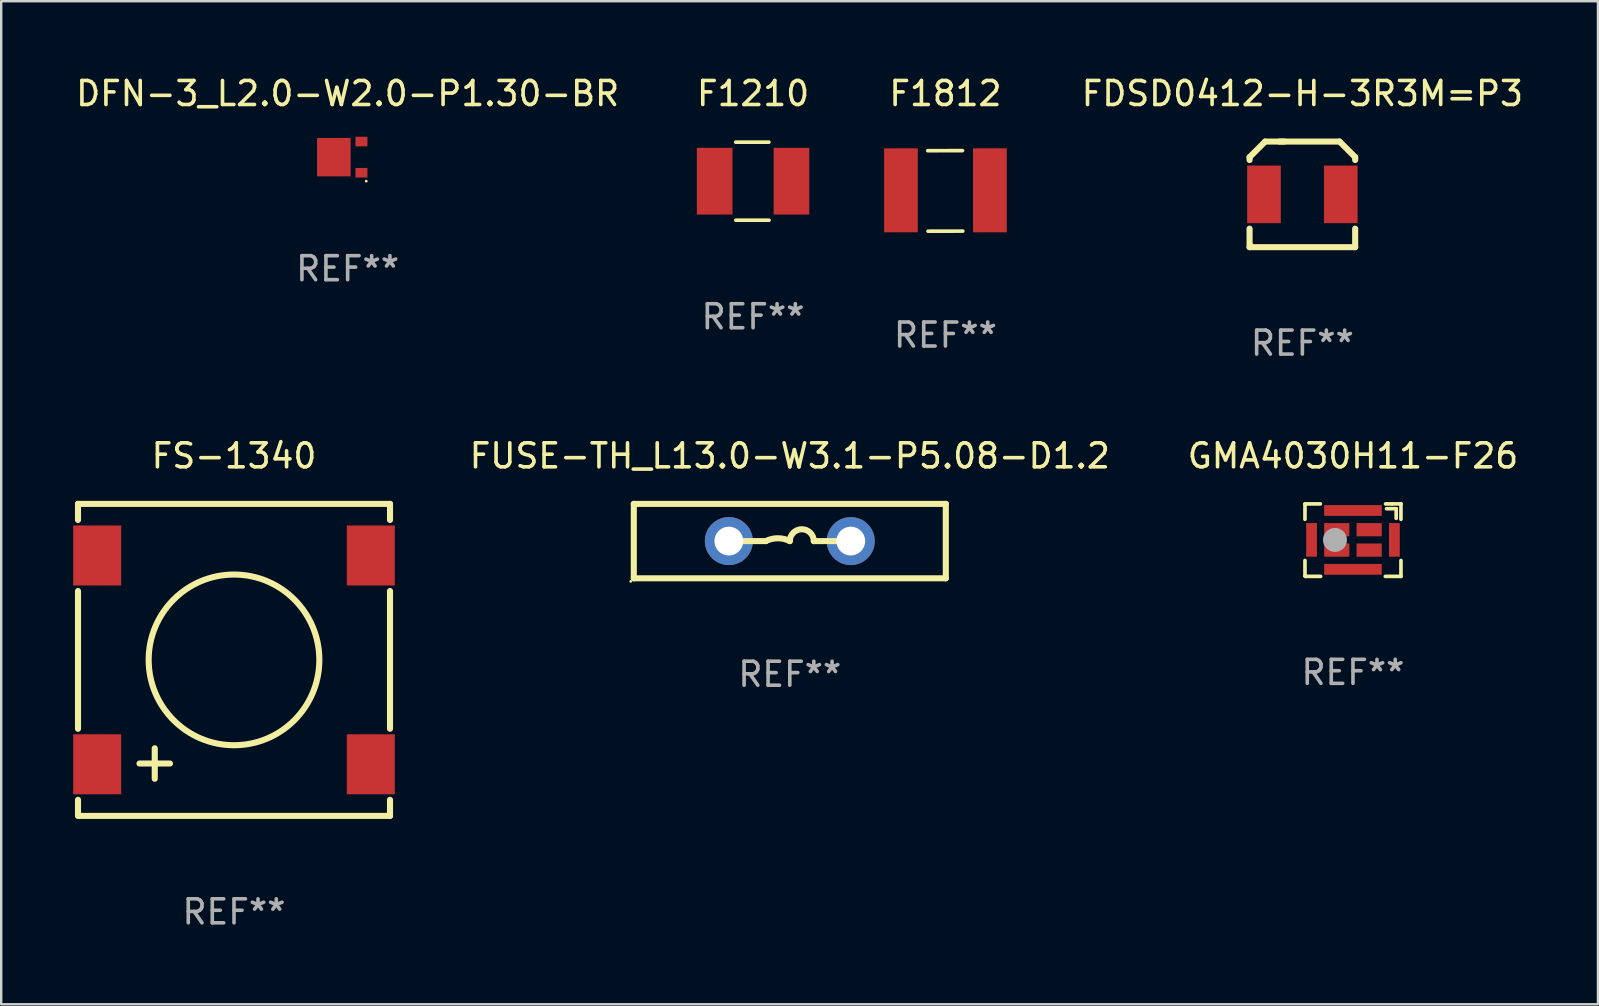
<source format=kicad_pcb>
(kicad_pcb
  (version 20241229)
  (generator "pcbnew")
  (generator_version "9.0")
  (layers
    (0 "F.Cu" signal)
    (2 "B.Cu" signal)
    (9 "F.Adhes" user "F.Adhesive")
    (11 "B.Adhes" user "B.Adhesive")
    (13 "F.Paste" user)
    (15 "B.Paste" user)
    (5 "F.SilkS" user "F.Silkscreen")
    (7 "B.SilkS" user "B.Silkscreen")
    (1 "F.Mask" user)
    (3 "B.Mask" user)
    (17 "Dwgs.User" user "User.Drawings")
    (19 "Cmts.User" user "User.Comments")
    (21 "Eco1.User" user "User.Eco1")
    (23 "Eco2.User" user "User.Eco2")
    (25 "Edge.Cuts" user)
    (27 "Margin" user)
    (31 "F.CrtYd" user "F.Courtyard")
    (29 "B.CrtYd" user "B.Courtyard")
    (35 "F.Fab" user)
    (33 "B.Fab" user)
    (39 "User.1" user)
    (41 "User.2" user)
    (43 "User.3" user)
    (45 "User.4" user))
  (footprint "DFN-3_L2.0-W2.0-P1.30-BR"
    (layer "F.Cu")
    (at 11.435 3.498)
    (property "Reference" "DFN-3_L2.0-W2.0-P1.30-BR" (at 0 -2.65 0) (layer "F.SilkS") (effects (font (size 1 1) (thickness 0.15))))
    (attr through_hole)
    (fp_circle (center 0.775 1) (end 0.805 1) (stroke (width 0.06) (type solid)) (fill no) (layer "F.SilkS"))
    (fp_text user "REF**" (at 0 4.65 0) (layer "F.Fab") (effects (font (size 1 1) (thickness 0.15))))
    (pad "1" smd rect (at 0.575 0.65 270) (size 0.4 0.5) (layers "F.Cu" "F.Mask" "F.Paste"))
    (pad "2" smd rect (at 0.575 -0.65 270) (size 0.4 0.5) (layers "F.Cu" "F.Mask" "F.Paste"))
    (pad "3" smd rect (at -0.575 0 270) (size 1.6 1.4) (layers "F.Cu" "F.Mask" "F.Paste")))
  (footprint "F1812"
    (layer "F.Cu")
    (at 36.342 4.88)
    (property "Reference" "F1812" (at 0 -4.032 0) (layer "F.SilkS") (effects (font (size 1 1) (thickness 0.15))))
    (attr through_hole)
    (fp_line (start 0.711 -1.654) (end -0.737 -1.651) (stroke (width 0.152) (type solid)) (layer "F.SilkS"))
    (fp_line (start 0.724 1.7) (end -0.724 1.703) (stroke (width 0.152) (type solid)) (layer "F.SilkS"))
    (fp_text user "REF**" (at 0 6.032 0) (layer "F.Fab") (effects (font (size 1 1) (thickness 0.15))))
    (pad "1" smd rect (at -1.853 0) (size 1.407 3.499) (layers "F.Cu" "F.Mask" "F.Paste"))
    (pad "2" smd rect (at 1.853 0) (size 1.407 3.499) (layers "F.Cu" "F.Mask" "F.Paste")))
  (footprint "F1210"
    (layer "F.Cu")
    (at 28.327 4.499)
    (property "Reference" "F1210" (at 0 -3.651 0) (layer "F.SilkS") (effects (font (size 1 1) (thickness 0.15))))
    (attr through_hole)
    (fp_line (start -0.723 -1.626) (end 0.66 -1.626) (stroke (width 0.152) (type solid)) (layer "F.SilkS"))
    (fp_line (start 0.666 1.626) (end -0.717 1.626) (stroke (width 0.152) (type solid)) (layer "F.SilkS"))
    (fp_text user "REF**" (at 0 5.651 0) (layer "F.Fab") (effects (font (size 1 1) (thickness 0.15))))
    (pad "1" smd rect (at -1.6 0) (size 1.485 2.781) (layers "F.Cu" "F.Mask" "F.Paste"))
    (pad "2" smd rect (at 1.6 0) (size 1.485 2.781) (layers "F.Cu" "F.Mask" "F.Paste")))
  (footprint "FS-1340"
    (layer "F.Cu")
    (at 6.7 24.445)
    (property "Reference" "FS-1340" (at 0 -8.5 0) (layer "F.SilkS") (effects (font (size 1 1) (thickness 0.15))))
    (attr through_hole)
    (fp_line (start -6.5 -6.5) (end -6.5 -5.831) (stroke (width 0.254) (type solid)) (layer "F.SilkS"))
    (fp_line (start -6.5 -6.5) (end 6.5 -6.5) (stroke (width 0.254) (type solid)) (layer "F.SilkS"))
    (fp_line (start -6.5 -2.869) (end -6.5 2.869) (stroke (width 0.254) (type solid)) (layer "F.SilkS"))
    (fp_line (start -6.5 5.831) (end -6.5 6.5) (stroke (width 0.254) (type solid)) (layer "F.SilkS"))
    (fp_line (start -3.937 4.318) (end -2.667 4.318) (stroke (width 0.254) (type solid)) (layer "F.SilkS"))
    (fp_line (start -3.302 3.683) (end -3.302 4.953) (stroke (width 0.254) (type solid)) (layer "F.SilkS"))
    (fp_line (start 6.5 -6.5) (end 6.5 -5.831) (stroke (width 0.254) (type solid)) (layer "F.SilkS"))
    (fp_line (start 6.5 -2.869) (end 6.5 2.869) (stroke (width 0.254) (type solid)) (layer "F.SilkS"))
    (fp_line (start 6.5 5.831) (end 6.5 6.5) (stroke (width 0.254) (type solid)) (layer "F.SilkS"))
    (fp_line (start 6.5 6.5) (end -6.477 6.5) (stroke (width 0.254) (type solid)) (layer "F.SilkS"))
    (fp_circle (center -6.5 6.5) (end -6.47 6.5) (stroke (width 0.06) (type solid)) (fill no) (layer "F.SilkS"))
    (fp_circle (center 0 0.000025) (end 3.556 0.000025) (stroke (width 0.254) (type solid)) (fill no) (layer "F.SilkS"))
    (fp_text user "REF**" (at 0 10.5 0) (layer "F.Fab") (effects (font (size 1 1) (thickness 0.15))))
    (pad "1" smd rect (at -5.7 4.35) (size 2 2.5) (layers "F.Cu" "F.Mask" "F.Paste"))
    (pad "2" smd rect (at 5.7 4.35) (size 2 2.5) (layers "F.Cu" "F.Mask" "F.Paste"))
    (pad "3" smd rect (at 5.7 -4.35) (size 2 2.5) (layers "F.Cu" "F.Mask" "F.Paste"))
    (pad "4" smd rect (at -5.7 -4.35) (size 2 2.5) (layers "F.Cu" "F.Mask" "F.Paste")))
  (footprint "FUSE-TH_L13.0-W3.1-P5.08-D1.2"
    (layer "F.Cu")
    (at 29.858 19.495)
    (property "Reference" "FUSE-TH_L13.0-W3.1-P5.08-D1.2" (at 0 -3.55 0) (layer "F.SilkS") (effects (font (size 1 1) (thickness 0.15))))
    (attr through_hole)
    (fp_line (start -6.5 -1.55) (end 6.5 -1.55) (stroke (width 0.254) (type solid)) (layer "F.SilkS"))
    (fp_line (start -6.5 1.55) (end -6.5 -1.55) (stroke (width 0.254) (type solid)) (layer "F.SilkS"))
    (fp_line (start -1 -0.000127) (end -2 -0.000127) (stroke (width 0.254) (type solid)) (layer "F.SilkS"))
    (fp_line (start 1 -0.000127) (end 2 -0.000127) (stroke (width 0.254) (type solid)) (layer "F.SilkS"))
    (fp_line (start 6.5 -1.55) (end 6.5 1.55) (stroke (width 0.254) (type solid)) (layer "F.SilkS"))
    (fp_line (start 6.5 1.55) (end -6.5 1.55) (stroke (width 0.254) (type solid)) (layer "F.SilkS"))
    (fp_arc (start -1.000127 -0.000127) (mid -0.500127 -0.118148) (end -0.000127 -0.000127) (stroke (width 0.254001) (type solid)) (layer "F.SilkS"))
    (fp_arc (start -0.000127 -0.000127) (mid 0.500254 -0.5) (end 1.000635 -0.000127) (stroke (width 0.254001) (type solid)) (layer "F.SilkS"))
    (fp_circle (center -6.627 1.677) (end -6.597 1.677) (stroke (width 0.06) (type solid)) (fill no) (layer "F.SilkS"))
    (fp_text user "REF**" (at 0 5.55 0) (layer "F.Fab") (effects (font (size 1 1) (thickness 0.15))))
    (pad "1" thru_hole circle (at -2.54 -0.000127) (size 2 2) (drill 1.2) (layers "*.Cu" "*.Mask"))
    (pad "2" thru_hole circle (at 2.54 -0.000127) (size 2 2) (drill 1.2) (layers "*.Cu" "*.Mask")))
  (footprint "GMA4030H11-F26"
    (layer "F.Cu")
    (at 53.323 19.455)
    (property "Reference" "GMA4030H11-F26" (at 0 -3.511 0) (layer "F.SilkS") (effects (font (size 1 1) (thickness 0.15))))
    (attr through_hole)
    (fp_line (start -2 -0.868) (end -2 -1.509) (stroke (width 0.152) (type solid)) (layer "F.SilkS"))
    (fp_line (start -2 1.491) (end -2 0.849) (stroke (width 0.152) (type solid)) (layer "F.SilkS"))
    (fp_line (start -1.98 1.511) (end -2 1.491) (stroke (width 0.152) (type solid)) (layer "F.SilkS"))
    (fp_line (start -1.358 -1.509) (end -2 -1.509) (stroke (width 0.152) (type solid)) (layer "F.SilkS"))
    (fp_line (start -1.347 1.511) (end -1.98 1.511) (stroke (width 0.152) (type solid)) (layer "F.SilkS"))
    (fp_line (start 1.4 -1.309) (end 1.8 -1.309) (stroke (width 0.152) (type solid)) (layer "F.SilkS"))
    (fp_line (start 1.638 -1.509) (end 1.358 -1.509) (stroke (width 0.152) (type solid)) (layer "F.SilkS"))
    (fp_line (start 1.8 -1.309) (end 1.8 -0.909) (stroke (width 0.152) (type solid)) (layer "F.SilkS"))
    (fp_line (start 1.999 -1.511) (end 1.638 -1.511) (stroke (width 0.152) (type solid)) (layer "F.SilkS"))
    (fp_line (start 1.999 -0.868) (end 1.999 -1.511) (stroke (width 0.152) (type solid)) (layer "F.SilkS"))
    (fp_line (start 2 1.511) (end 1.347 1.511) (stroke (width 0.152) (type solid)) (layer "F.SilkS"))
    (fp_line (start 2 1.511) (end 2 0.849) (stroke (width 0.152) (type solid)) (layer "F.SilkS"))
    (fp_circle (center 2 -1.509) (end 2.03 -1.509) (stroke (width 0.06) (type solid)) (fill no) (layer "F.SilkS"))
    (fp_circle (center -0.75 -0.009) (end -0.5 -0.009) (stroke (width 0.5) (type solid)) (fill no) (layer "F.Fab"))
    (fp_text user "REF**" (at 0 5.511 0) (layer "F.Fab") (effects (font (size 1 1) (thickness 0.15))))
    (pad "1" smd rect (at 0.675 -0.434) (size 1.05 0.55) (layers "F.Cu" "F.Mask" "F.Paste"))
    (pad "2" smd rect (at -0.675 -0.434) (size 1.05 0.55) (layers "F.Cu" "F.Mask" "F.Paste"))
    (pad "3" smd rect (at -0.675 0.415) (size 1.05 0.55) (layers "F.Cu" "F.Mask" "F.Paste"))
    (pad "4" smd rect (at 0.675 0.415) (size 1.05 0.55) (layers "F.Cu" "F.Mask" "F.Paste"))
    (pad "5" smd rect (at 1.725 -0.01) (size 0.45 1.4) (layers "F.Cu" "F.Mask" "F.Paste"))
    (pad "6" smd rect (at -0.000051 -1.235) (size 2.4 0.45) (layers "F.Cu" "F.Mask" "F.Paste"))
    (pad "7" smd rect (at -1.725 -0.01) (size 0.45 1.4) (layers "F.Cu" "F.Mask" "F.Paste"))
    (pad "8" smd rect (at -0.000051 1.216) (size 2.4 0.45) (layers "F.Cu" "F.Mask" "F.Paste")))
  (footprint "FDSD0412-H-3R3M=P3"
    (layer "F.Cu")
    (at 51.215 5.048)
    (property "Reference" "FDSD0412-H-3R3M=P3" (at 0 -4.2 0) (layer "F.SilkS") (effects (font (size 1 1) (thickness 0.15))))
    (attr through_hole)
    (fp_line (start -2.2 -1.55) (end -1.55 -2.2) (stroke (width 0.254) (type solid)) (layer "F.SilkS"))
    (fp_line (start -2.2 -1.431) (end -2.2 -1.55) (stroke (width 0.254) (type solid)) (layer "F.SilkS"))
    (fp_line (start -2.2 2.2) (end -2.2 1.431) (stroke (width 0.254) (type solid)) (layer "F.SilkS"))
    (fp_line (start -1.55 -2.2) (end -0.757 -2.2) (stroke (width 0.254) (type solid)) (layer "F.SilkS"))
    (fp_line (start -0.95 -2.2) (end 1.55 -2.2) (stroke (width 0.254) (type solid)) (layer "F.SilkS"))
    (fp_line (start 1.55 -2.2) (end 2.2 -1.55) (stroke (width 0.254) (type solid)) (layer "F.SilkS"))
    (fp_line (start 2.2 -1.55) (end 2.2 -1.431) (stroke (width 0.254) (type solid)) (layer "F.SilkS"))
    (fp_line (start 2.2 1.431) (end 2.2 2.2) (stroke (width 0.254) (type solid)) (layer "F.SilkS"))
    (fp_line (start 2.2 2.2) (end -2.2 2.2) (stroke (width 0.254) (type solid)) (layer "F.SilkS"))
    (fp_circle (center -2.1 2.1) (end -2.07 2.1) (stroke (width 0.06) (type solid)) (fill no) (layer "F.SilkS"))
    (fp_text user "REF**" (at 0 6.2 0) (layer "F.Fab") (effects (font (size 1 1) (thickness 0.15))))
    (pad "1" smd rect (at -1.6 0) (size 1.4 2.4) (layers "F.Cu" "F.Mask" "F.Paste"))
    (pad "2" smd rect (at 1.6 0) (size 1.4 2.4) (layers "F.Cu" "F.Mask" "F.Paste")))
  (gr_rect
    (start -3 -3)
    (end 63.53 38.793)
    (stroke (width 0.1) (type default))
    (fill no)
    (layer "Edge.Cuts")))
</source>
